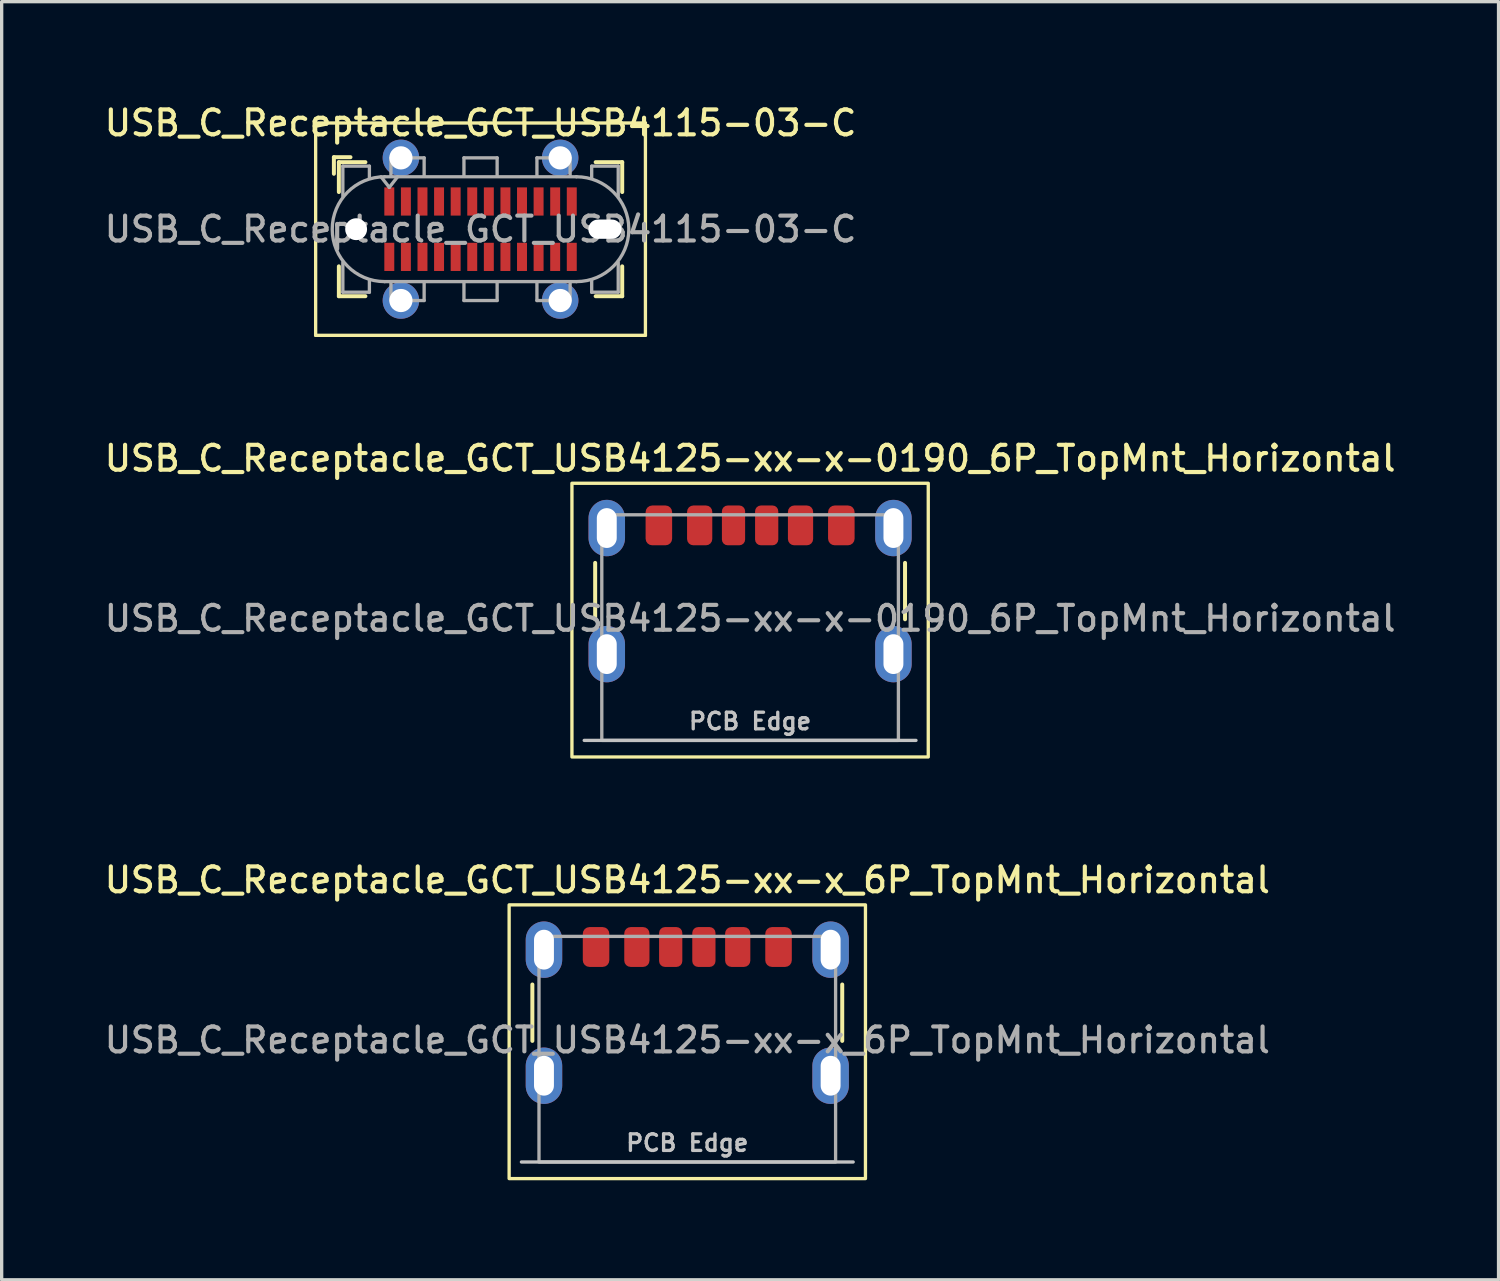
<source format=kicad_pcb>
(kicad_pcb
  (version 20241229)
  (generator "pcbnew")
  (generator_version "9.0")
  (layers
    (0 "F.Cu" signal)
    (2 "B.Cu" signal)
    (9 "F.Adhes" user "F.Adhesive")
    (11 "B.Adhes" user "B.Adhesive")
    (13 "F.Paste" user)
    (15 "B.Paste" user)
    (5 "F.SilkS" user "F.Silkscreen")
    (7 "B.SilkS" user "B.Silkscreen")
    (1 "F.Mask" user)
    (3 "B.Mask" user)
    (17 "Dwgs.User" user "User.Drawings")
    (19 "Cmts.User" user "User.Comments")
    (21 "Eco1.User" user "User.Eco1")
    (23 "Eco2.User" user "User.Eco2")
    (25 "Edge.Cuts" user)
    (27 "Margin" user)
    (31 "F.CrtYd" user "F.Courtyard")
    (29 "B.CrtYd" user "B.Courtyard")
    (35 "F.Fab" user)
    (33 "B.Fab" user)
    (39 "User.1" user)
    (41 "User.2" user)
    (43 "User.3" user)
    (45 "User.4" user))
  (footprint "USB_C_Receptacle_GCT_USB4125-xx-x-0190_6P_TopMnt_Horizontal"
    (layer "F.Cu")
    (at 19.559 15.866)
    (property "Reference" "USB_C_Receptacle_GCT_USB4125-xx-x-0190_6P_TopMnt_Horizontal" (at 0 -5.1 0) (unlocked yes) (layer "F.SilkS") (effects (font (size 0.75 0.75) (thickness 0.125))))
    (attr smd)
    (fp_line (start -4.67 -0.25) (end -4.67 -1.95) (stroke (width 0.12) (type solid)) (layer "F.SilkS"))
    (fp_line (start 4.67 -0.25) (end 4.67 -1.95) (stroke (width 0.12) (type solid)) (layer "F.SilkS"))
    (fp_rect (start -5.37 -4.35) (end 5.37 3.9) (stroke (width 0.1) (type solid)) (fill no) (layer "F.SilkS"))
    (fp_line (start 5 3.4) (end -5 3.4) (stroke (width 0.1) (type solid)) (layer "Dwgs.User"))
    (fp_rect (start -4.47 -3.4) (end 4.47 3.4) (stroke (width 0.1) (type solid)) (fill no) (layer "F.Fab"))
    (fp_text user "PCB Edge" (at 0 2.825 0) (unlocked yes) (layer "Dwgs.User") (effects (font (size 0.5 0.5) (thickness 0.1))))
    (fp_text user "${REFERENCE}" (at 0 -0.275 0) (unlocked yes) (layer "F.Fab") (effects (font (size 0.75 0.75) (thickness 0.125))))
    (pad "A5" smd roundrect (at -0.5 -3.08) (size 0.7 1.2) (layers "F.Cu" "F.Mask" "F.Paste") (roundrect_rratio 0.25))
    (pad "A9" smd roundrect (at 1.52 -3.08 180) (size 0.76 1.2) (layers "F.Cu" "F.Mask" "F.Paste") (roundrect_rratio 0.25))
    (pad "A12" smd roundrect (at 2.75 -3.08 180) (size 0.8 1.2) (layers "F.Cu" "F.Mask" "F.Paste") (roundrect_rratio 0.25))
    (pad "B5" smd roundrect (at 0.5 -3.08 180) (size 0.7 1.2) (layers "F.Cu" "F.Mask" "F.Paste") (roundrect_rratio 0.25))
    (pad "B9" smd roundrect (at -1.52 -3.08) (size 0.76 1.2) (layers "F.Cu" "F.Mask" "F.Paste") (roundrect_rratio 0.25))
    (pad "B12" smd roundrect (at -2.75 -3.08) (size 0.8 1.2) (layers "F.Cu" "F.Mask" "F.Paste") (roundrect_rratio 0.25))
    (pad "S1" thru_hole oval (at -4.32 -3) (size 1.1 1.7) (drill oval 0.6 1.2) (layers "*.Cu" "*.Mask" "F.Paste"))
    (pad "S1" thru_hole oval (at -4.32 0.8) (size 1.1 1.7) (drill oval 0.6 1.2) (layers "*.Cu" "*.Mask" "F.Paste"))
    (pad "S1" thru_hole oval (at 4.32 -3) (size 1.1 1.7) (drill oval 0.6 1.2) (layers "*.Cu" "*.Mask" "F.Paste"))
    (pad "S1" thru_hole oval (at 4.32 0.8) (size 1.1 1.7) (drill oval 0.6 1.2) (layers "*.Cu" "*.Mask" "F.Paste")))
  (footprint "USB_C_Receptacle_GCT_USB4125-xx-x_6P_TopMnt_Horizontal"
    (layer "F.Cu")
    (at 17.666 28.574)
    (property "Reference" "USB_C_Receptacle_GCT_USB4125-xx-x_6P_TopMnt_Horizontal" (at 0 -5.1 0) (unlocked yes) (layer "F.SilkS") (effects (font (size 0.75 0.75) (thickness 0.125))))
    (attr smd)
    (fp_line (start -4.67 -0.25) (end -4.67 -1.95) (stroke (width 0.12) (type solid)) (layer "F.SilkS"))
    (fp_line (start 4.67 -0.25) (end 4.67 -1.95) (stroke (width 0.12) (type solid)) (layer "F.SilkS"))
    (fp_rect (start -5.37 -4.35) (end 5.37 3.9) (stroke (width 0.1) (type solid)) (fill no) (layer "F.SilkS"))
    (fp_line (start 5 3.4) (end -5 3.4) (stroke (width 0.1) (type solid)) (layer "Dwgs.User"))
    (fp_rect (start -4.47 -3.4) (end 4.47 3.4) (stroke (width 0.1) (type solid)) (fill no) (layer "F.Fab"))
    (fp_text user "PCB Edge" (at 0 2.825 0) (unlocked yes) (layer "Dwgs.User") (effects (font (size 0.5 0.5) (thickness 0.1))))
    (fp_text user "${REFERENCE}" (at 0 -0.275 0) (unlocked yes) (layer "F.Fab") (effects (font (size 0.75 0.75) (thickness 0.125))))
    (pad "A5" smd roundrect (at -0.5 -3.08) (size 0.7 1.2) (layers "F.Cu" "F.Mask" "F.Paste") (roundrect_rratio 0.25))
    (pad "A9" smd roundrect (at 1.52 -3.08 180) (size 0.76 1.2) (layers "F.Cu" "F.Mask" "F.Paste") (roundrect_rratio 0.25))
    (pad "A12" smd roundrect (at 2.75 -3.08 180) (size 0.8 1.2) (layers "F.Cu" "F.Mask" "F.Paste") (roundrect_rratio 0.25))
    (pad "B5" smd roundrect (at 0.5 -3.08 180) (size 0.7 1.2) (layers "F.Cu" "F.Mask" "F.Paste") (roundrect_rratio 0.25))
    (pad "B9" smd roundrect (at -1.52 -3.08) (size 0.76 1.2) (layers "F.Cu" "F.Mask" "F.Paste") (roundrect_rratio 0.25))
    (pad "B12" smd roundrect (at -2.75 -3.08) (size 0.8 1.2) (layers "F.Cu" "F.Mask" "F.Paste") (roundrect_rratio 0.25))
    (pad "S1" thru_hole oval (at -4.32 -3) (size 1.1 1.7) (drill oval 0.6 1.2) (layers "*.Cu" "*.Mask" "F.Paste"))
    (pad "S1" thru_hole oval (at -4.32 0.8) (size 1.1 1.7) (drill oval 0.6 1.2) (layers "*.Cu" "*.Mask" "F.Paste"))
    (pad "S1" thru_hole oval (at 4.32 -3) (size 1.1 1.7) (drill oval 0.6 1.2) (layers "*.Cu" "*.Mask" "F.Paste"))
    (pad "S1" thru_hole oval (at 4.32 0.8) (size 1.1 1.7) (drill oval 0.6 1.2) (layers "*.Cu" "*.Mask" "F.Paste")))
  (footprint "USB_C_Receptacle_GCT_USB4115-03-C"
    (layer "F.Cu")
    (at 11.434 3.858)
    (property "Reference" "USB_C_Receptacle_GCT_USB4115-03-C" (at 0 -3.2 0) (layer "F.SilkS") (effects (font (size 0.75 0.75) (thickness 0.125))))
    (attr smd)
    (fp_line (start -4.97 -3.2) (end -4.97 3.2) (stroke (width 0.1) (type solid)) (layer "F.SilkS"))
    (fp_line (start -4.97 3.2) (end 4.97 3.2) (stroke (width 0.1) (type solid)) (layer "F.SilkS"))
    (fp_line (start -4.42 -2.17) (end -4.42 -1.67) (stroke (width 0.12) (type solid)) (layer "F.SilkS"))
    (fp_line (start -4.42 -2.17) (end -3.92 -2.17) (stroke (width 0.12) (type solid)) (layer "F.SilkS"))
    (fp_line (start -4.27 -2.02) (end -4.27 -1.12) (stroke (width 0.12) (type solid)) (layer "F.SilkS"))
    (fp_line (start -4.27 -2.02) (end -3.47 -2.02) (stroke (width 0.12) (type solid)) (layer "F.SilkS"))
    (fp_line (start -4.27 2.02) (end -4.27 1.12) (stroke (width 0.12) (type solid)) (layer "F.SilkS"))
    (fp_line (start -4.27 2.02) (end -3.47 2.02) (stroke (width 0.12) (type solid)) (layer "F.SilkS"))
    (fp_line (start 4.27 -2.02) (end 3.47 -2.02) (stroke (width 0.12) (type solid)) (layer "F.SilkS"))
    (fp_line (start 4.27 -2.02) (end 4.27 -1.12) (stroke (width 0.12) (type solid)) (layer "F.SilkS"))
    (fp_line (start 4.27 2.02) (end 3.47 2.02) (stroke (width 0.12) (type solid)) (layer "F.SilkS"))
    (fp_line (start 4.27 2.02) (end 4.27 1.12) (stroke (width 0.12) (type solid)) (layer "F.SilkS"))
    (fp_line (start 4.97 -3.2) (end -4.97 -3.2) (stroke (width 0.1) (type solid)) (layer "F.SilkS"))
    (fp_line (start 4.97 3.2) (end 4.97 -3.2) (stroke (width 0.1) (type solid)) (layer "F.SilkS"))
    (fp_line (start -4.15 -1.9) (end -4.15 -1) (stroke (width 0.1) (type solid)) (layer "F.Fab"))
    (fp_line (start -4.15 -1.9) (end -3.35 -1.9) (stroke (width 0.1) (type solid)) (layer "F.Fab"))
    (fp_line (start -4.15 1.9) (end -4.15 1) (stroke (width 0.1) (type solid)) (layer "F.Fab"))
    (fp_line (start -4.15 1.9) (end -3.35 1.9) (stroke (width 0.1) (type solid)) (layer "F.Fab"))
    (fp_line (start -3.35 -1.9) (end -3.35 -1.55) (stroke (width 0.1) (type solid)) (layer "F.Fab"))
    (fp_line (start -3.35 1.9) (end -3.35 1.55) (stroke (width 0.1) (type solid)) (layer "F.Fab"))
    (fp_line (start -2.89 1.58) (end 2.89 1.58) (stroke (width 0.1) (type solid)) (layer "F.Fab"))
    (fp_line (start -2.75 -1.26) (end -3 -1.58) (stroke (width 0.1) (type solid)) (layer "F.Fab"))
    (fp_line (start -2.7 -2.15) (end -1.7 -2.15) (stroke (width 0.1) (type solid)) (layer "F.Fab"))
    (fp_line (start -2.7 -1.6) (end -2.7 -2.15) (stroke (width 0.1) (type solid)) (layer "F.Fab"))
    (fp_line (start -2.7 1.6) (end -2.7 2.15) (stroke (width 0.1) (type solid)) (layer "F.Fab"))
    (fp_line (start -2.7 2.15) (end -1.7 2.15) (stroke (width 0.1) (type solid)) (layer "F.Fab"))
    (fp_line (start -2.5 -1.58) (end -2.75 -1.26) (stroke (width 0.1) (type solid)) (layer "F.Fab"))
    (fp_line (start -1.7 -2.15) (end -1.7 -1.6) (stroke (width 0.1) (type solid)) (layer "F.Fab"))
    (fp_line (start -1.7 2.15) (end -1.7 1.6) (stroke (width 0.1) (type solid)) (layer "F.Fab"))
    (fp_line (start -0.5 -2.15) (end 0.5 -2.15) (stroke (width 0.1) (type solid)) (layer "F.Fab"))
    (fp_line (start -0.5 -1.6) (end -0.5 -2.15) (stroke (width 0.1) (type solid)) (layer "F.Fab"))
    (fp_line (start -0.5 2.15) (end -0.5 1.6) (stroke (width 0.1) (type solid)) (layer "F.Fab"))
    (fp_line (start 0.5 -2.15) (end 0.5 -1.6) (stroke (width 0.1) (type solid)) (layer "F.Fab"))
    (fp_line (start 0.5 1.6) (end 0.5 2.15) (stroke (width 0.1) (type solid)) (layer "F.Fab"))
    (fp_line (start 0.5 2.15) (end -0.5 2.15) (stroke (width 0.1) (type solid)) (layer "F.Fab"))
    (fp_line (start 1.7 -2.15) (end 1.7 -1.6) (stroke (width 0.1) (type solid)) (layer "F.Fab"))
    (fp_line (start 1.7 2.15) (end 1.7 1.6) (stroke (width 0.1) (type solid)) (layer "F.Fab"))
    (fp_line (start 2.7 -2.15) (end 1.7 -2.15) (stroke (width 0.1) (type solid)) (layer "F.Fab"))
    (fp_line (start 2.7 -1.6) (end 2.7 -2.15) (stroke (width 0.1) (type solid)) (layer "F.Fab"))
    (fp_line (start 2.7 1.6) (end 2.7 2.15) (stroke (width 0.1) (type solid)) (layer "F.Fab"))
    (fp_line (start 2.7 2.15) (end 1.7 2.15) (stroke (width 0.1) (type solid)) (layer "F.Fab"))
    (fp_line (start 2.89 -1.58) (end -2.89 -1.58) (stroke (width 0.1) (type solid)) (layer "F.Fab"))
    (fp_line (start 3.35 -1.9) (end 3.35 -1.55) (stroke (width 0.1) (type solid)) (layer "F.Fab"))
    (fp_line (start 3.35 1.9) (end 3.35 1.55) (stroke (width 0.1) (type solid)) (layer "F.Fab"))
    (fp_line (start 4.15 -1.9) (end 3.35 -1.9) (stroke (width 0.1) (type solid)) (layer "F.Fab"))
    (fp_line (start 4.15 -1.9) (end 4.15 -1) (stroke (width 0.1) (type solid)) (layer "F.Fab"))
    (fp_line (start 4.15 1.9) (end 3.35 1.9) (stroke (width 0.1) (type solid)) (layer "F.Fab"))
    (fp_line (start 4.15 1.9) (end 4.15 1) (stroke (width 0.1) (type solid)) (layer "F.Fab"))
    (fp_arc (start -2.89 1.58) (mid -4.47 0) (end -2.89 -1.58) (stroke (width 0.1) (type solid)) (layer "F.Fab"))
    (fp_arc (start 2.89 -1.58) (mid 4.47 0) (end 2.89 1.58) (stroke (width 0.1) (type solid)) (layer "F.Fab"))
    (fp_text user "${REFERENCE}" (at 0 0 0) (unlocked yes) (layer "F.Fab") (effects (font (size 0.75 0.75) (thickness 0.125))))
    (pad "" np_thru_hole circle (at -3.75 0) (size 0.66 0.66) (drill 0.66) (layers "*.Cu" "*.Mask"))
    (pad "" np_thru_hole oval (at 3.75 0) (size 1 0.58) (drill oval 1 0.58) (layers "*.Cu" "*.Mask"))
    (pad "A1" smd rect (at -2.75 -0.835) (size 0.3 0.85) (layers "F.Cu" "F.Mask" "F.Paste"))
    (pad "A2" smd rect (at -2.25 -0.835) (size 0.3 0.85) (layers "F.Cu" "F.Mask" "F.Paste"))
    (pad "A3" smd rect (at -1.75 -0.835) (size 0.3 0.85) (layers "F.Cu" "F.Mask" "F.Paste"))
    (pad "A4" smd rect (at -1.25 -0.835) (size 0.3 0.85) (layers "F.Cu" "F.Mask" "F.Paste"))
    (pad "A5" smd rect (at -0.75 -0.835) (size 0.3 0.85) (layers "F.Cu" "F.Mask" "F.Paste"))
    (pad "A6" smd rect (at -0.25 -0.835) (size 0.3 0.85) (layers "F.Cu" "F.Mask" "F.Paste"))
    (pad "A7" smd rect (at 0.25 -0.835) (size 0.3 0.85) (layers "F.Cu" "F.Mask" "F.Paste"))
    (pad "A8" smd rect (at 0.75 -0.835) (size 0.3 0.85) (layers "F.Cu" "F.Mask" "F.Paste"))
    (pad "A9" smd rect (at 1.25 -0.835) (size 0.3 0.85) (layers "F.Cu" "F.Mask" "F.Paste"))
    (pad "A10" smd rect (at 1.75 -0.835) (size 0.3 0.85) (layers "F.Cu" "F.Mask" "F.Paste"))
    (pad "A11" smd rect (at 2.25 -0.835) (size 0.3 0.85) (layers "F.Cu" "F.Mask" "F.Paste"))
    (pad "A12" smd rect (at 2.75 -0.835) (size 0.3 0.85) (layers "F.Cu" "F.Mask" "F.Paste"))
    (pad "B1" smd rect (at 2.75 0.835) (size 0.3 0.85) (layers "F.Cu" "F.Mask" "F.Paste"))
    (pad "B2" smd rect (at 2.25 0.835) (size 0.3 0.85) (layers "F.Cu" "F.Mask" "F.Paste"))
    (pad "B3" smd rect (at 1.75 0.835) (size 0.3 0.85) (layers "F.Cu" "F.Mask" "F.Paste"))
    (pad "B4" smd rect (at 1.25 0.835) (size 0.3 0.85) (layers "F.Cu" "F.Mask" "F.Paste"))
    (pad "B5" smd rect (at 0.75 0.835) (size 0.3 0.85) (layers "F.Cu" "F.Mask" "F.Paste"))
    (pad "B6" smd rect (at 0.25 0.835) (size 0.3 0.85) (layers "F.Cu" "F.Mask" "F.Paste"))
    (pad "B7" smd rect (at -0.25 0.835) (size 0.3 0.85) (layers "F.Cu" "F.Mask" "F.Paste"))
    (pad "B8" smd rect (at -0.75 0.835) (size 0.3 0.85) (layers "F.Cu" "F.Mask" "F.Paste"))
    (pad "B9" smd rect (at -1.25 0.835) (size 0.3 0.85) (layers "F.Cu" "F.Mask" "F.Paste"))
    (pad "B10" smd rect (at -1.75 0.835) (size 0.3 0.85) (layers "F.Cu" "F.Mask" "F.Paste"))
    (pad "B11" smd rect (at -2.25 0.835) (size 0.3 0.85) (layers "F.Cu" "F.Mask" "F.Paste"))
    (pad "B12" smd rect (at -2.75 0.835) (size 0.3 0.85) (layers "F.Cu" "F.Mask" "F.Paste"))
    (pad "S1" thru_hole circle (at -2.4 -2.15) (size 1.1 1.1) (drill 0.7) (layers "*.Cu" "*.Mask" "F.Paste"))
    (pad "S1" thru_hole circle (at -2.4 2.15) (size 1.1 1.1) (drill 0.7) (layers "*.Cu" "*.Mask" "F.Paste"))
    (pad "S1" thru_hole circle (at 2.4 -2.15) (size 1.1 1.1) (drill 0.7) (layers "*.Cu" "*.Mask" "F.Paste"))
    (pad "S1" thru_hole circle (at 2.4 2.15) (size 1.1 1.1) (drill 0.7) (layers "*.Cu" "*.Mask" "F.Paste"))
    (zone (net_name "") (layer "F.Cu") (name "peg") (hatch full 0.508) (connect_pads) (min_thickness 0.254) (filled_areas_thickness no) (keepout (tracks allowed) (vias allowed) (pads not_allowed) (copperpour not_allowed) (footprints not_allowed)) (placement (enabled no)) (fill) (polygon (pts (xy 12.234 2.058) (xy 10.634 2.058) (xy 10.634 1.358) (xy 12.234 1.358))))
    (zone (net_name "") (layer "F.Cu") (name "peg") (hatch full 0.508) (connect_pads) (min_thickness 0.254) (filled_areas_thickness no) (keepout (tracks allowed) (vias allowed) (pads not_allowed) (copperpour not_allowed) (footprints not_allowed)) (placement (enabled no)) (fill) (polygon (pts (xy 12.234 6.358) (xy 10.634 6.358) (xy 10.634 5.658) (xy 12.234 5.658)))))
  (gr_rect
    (start -3 -3)
    (end 42.118 35.524)
    (stroke (width 0.1) (type default))
    (fill no)
    (layer "Edge.Cuts")))
</source>
